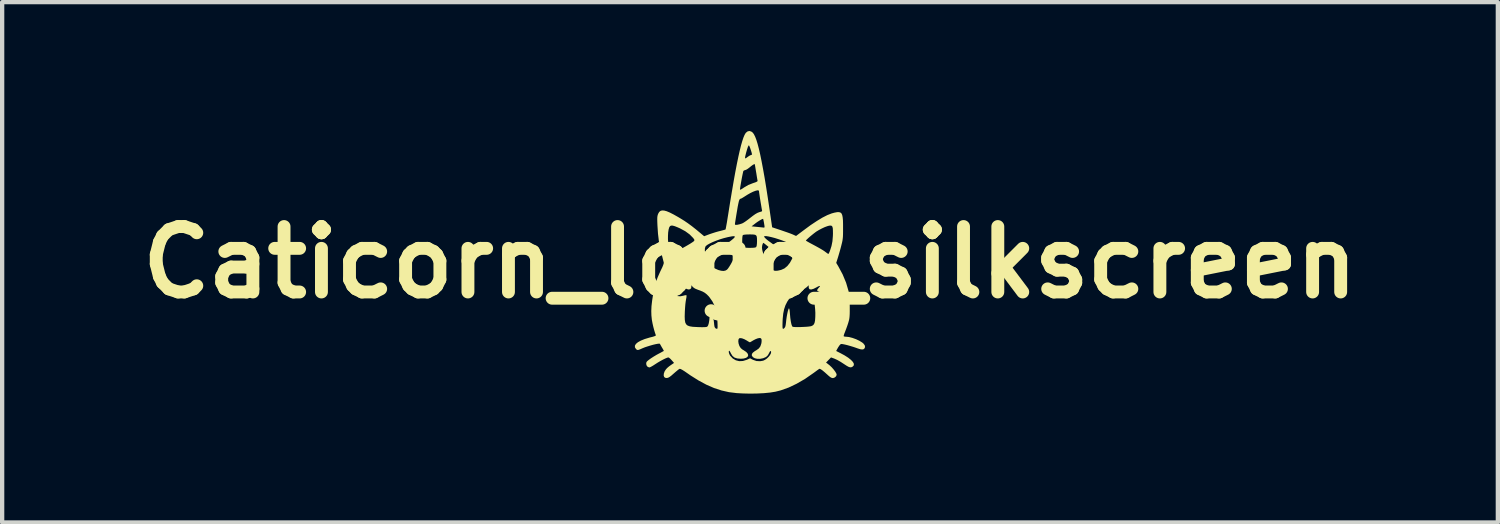
<source format=kicad_pcb>
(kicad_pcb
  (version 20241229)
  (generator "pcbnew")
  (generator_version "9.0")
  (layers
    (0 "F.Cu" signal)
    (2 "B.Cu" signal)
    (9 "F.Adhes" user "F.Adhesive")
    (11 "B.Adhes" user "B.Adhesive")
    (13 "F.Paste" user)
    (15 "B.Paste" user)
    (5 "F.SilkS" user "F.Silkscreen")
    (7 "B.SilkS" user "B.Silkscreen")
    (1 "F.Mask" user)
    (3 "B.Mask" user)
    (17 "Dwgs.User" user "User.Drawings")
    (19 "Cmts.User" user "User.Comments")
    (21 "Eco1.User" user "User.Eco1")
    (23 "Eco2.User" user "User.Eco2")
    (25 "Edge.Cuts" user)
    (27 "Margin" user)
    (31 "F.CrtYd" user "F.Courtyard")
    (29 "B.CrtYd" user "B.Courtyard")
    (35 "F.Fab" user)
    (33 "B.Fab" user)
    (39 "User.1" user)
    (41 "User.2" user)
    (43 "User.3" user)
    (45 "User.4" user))
  (footprint "Caticorn_logo_silkscreen"
    (layer "F.Cu")
    (at 14.413 3.059)
    (property "Reference" "Caticorn_logo_silkscreen" (at 0 0 0) (layer "F.SilkS") (effects (font (size 1.524 1.524) (thickness 0.3))))
    (attr board_only exclude_from_pos_files exclude_from_bom)
    (fp_poly (pts (xy 0.037 -3.042) (xy 0.066 -3.018) (xy 0.092 -2.981) (xy 0.12 -2.925) (xy 0.148 -2.851) (xy 0.177 -2.757) (xy 0.207 -2.642) (xy 0.238 -2.507) (xy 0.27 -2.35) (xy 0.304 -2.17) (xy 0.34 -1.968) (xy 0.377 -1.742) (xy 0.416 -1.491) (xy 0.457 -1.215) (xy 0.466 -1.153) (xy 0.515 -0.817) (xy 0.723 -0.748) (xy 0.798 -0.722) (xy 0.871 -0.697) (xy 0.934 -0.674) (xy 0.983 -0.655) (xy 1.001 -0.647) (xy 1.072 -0.615) (xy 1.249 -0.748) (xy 1.409 -0.866) (xy 1.555 -0.963) (xy 1.685 -1.042) (xy 1.801 -1.101) (xy 1.904 -1.141) (xy 1.972 -1.159) (xy 2.027 -1.169) (xy 2.071 -1.17) (xy 2.104 -1.161) (xy 2.129 -1.14) (xy 2.146 -1.103) (xy 2.157 -1.049) (xy 2.164 -0.976) (xy 2.166 -0.88) (xy 2.166 -0.807) (xy 2.166 -0.718) (xy 2.165 -0.649) (xy 2.163 -0.594) (xy 2.158 -0.548) (xy 2.152 -0.505) (xy 2.142 -0.458) (xy 2.128 -0.403) (xy 2.125 -0.39) (xy 2.105 -0.314) (xy 2.082 -0.233) (xy 2.06 -0.157) (xy 2.045 -0.108) (xy 2.007 0.012) (xy 2.052 0.086) (xy 2.156 0.279) (xy 2.237 0.474) (xy 2.294 0.669) (xy 2.298 0.69) (xy 2.308 0.741) (xy 2.314 0.796) (xy 2.319 0.861) (xy 2.321 0.94) (xy 2.322 1.04) (xy 2.322 1.047) (xy 2.322 1.135) (xy 2.321 1.202) (xy 2.318 1.254) (xy 2.314 1.295) (xy 2.308 1.332) (xy 2.298 1.369) (xy 2.286 1.412) (xy 2.286 1.412) (xy 2.264 1.478) (xy 2.239 1.547) (xy 2.216 1.607) (xy 2.212 1.619) (xy 2.194 1.663) (xy 2.183 1.699) (xy 2.18 1.718) (xy 2.181 1.72) (xy 2.197 1.727) (xy 2.229 1.731) (xy 2.236 1.731) (xy 2.305 1.738) (xy 2.386 1.759) (xy 2.469 1.789) (xy 2.547 1.826) (xy 2.612 1.866) (xy 2.642 1.891) (xy 2.672 1.932) (xy 2.679 1.972) (xy 2.662 2.007) (xy 2.66 2.009) (xy 2.639 2.024) (xy 2.611 2.028) (xy 2.571 2.023) (xy 2.515 2.006) (xy 2.47 1.99) (xy 2.406 1.968) (xy 2.336 1.947) (xy 2.266 1.927) (xy 2.203 1.912) (xy 2.152 1.902) (xy 2.126 1.9) (xy 2.105 1.908) (xy 2.081 1.935) (xy 2.051 1.98) (xy 2.029 2.019) (xy 2.013 2.049) (xy 2.007 2.063) (xy 2.007 2.063) (xy 2.019 2.07) (xy 2.049 2.085) (xy 2.09 2.106) (xy 2.095 2.108) (xy 2.201 2.165) (xy 2.287 2.22) (xy 2.352 2.272) (xy 2.396 2.319) (xy 2.418 2.361) (xy 2.416 2.398) (xy 2.391 2.426) (xy 2.363 2.441) (xy 2.332 2.444) (xy 2.296 2.433) (xy 2.249 2.407) (xy 2.203 2.377) (xy 2.111 2.317) (xy 2.032 2.272) (xy 1.959 2.239) (xy 1.936 2.231) (xy 1.886 2.213) (xy 1.828 2.273) (xy 1.77 2.333) (xy 1.799 2.354) (xy 1.852 2.396) (xy 1.904 2.445) (xy 1.95 2.498) (xy 1.987 2.548) (xy 2.011 2.591) (xy 2.017 2.618) (xy 2.005 2.65) (xy 1.976 2.678) (xy 1.938 2.693) (xy 1.925 2.694) (xy 1.899 2.688) (xy 1.867 2.671) (xy 1.827 2.638) (xy 1.805 2.618) (xy 1.737 2.557) (xy 1.685 2.514) (xy 1.647 2.488) (xy 1.621 2.478) (xy 1.611 2.48) (xy 1.594 2.492) (xy 1.561 2.515) (xy 1.518 2.547) (xy 1.477 2.577) (xy 1.279 2.714) (xy 1.085 2.826) (xy 0.898 2.915) (xy 0.716 2.98) (xy 0.592 3.011) (xy 0.469 3.031) (xy 0.326 3.045) (xy 0.169 3.053) (xy 0.004 3.056) (xy -0.164 3.052) (xy -0.309 3.044) (xy -0.489 3.022) (xy -0.665 2.982) (xy -0.839 2.925) (xy -1.016 2.848) (xy -1.198 2.75) (xy -1.387 2.631) (xy -1.456 2.583) (xy -1.527 2.534) (xy -1.58 2.501) (xy -1.616 2.483) (xy -1.638 2.478) (xy -1.64 2.479) (xy -1.659 2.49) (xy -1.692 2.516) (xy -1.734 2.551) (xy -1.772 2.584) (xy -1.829 2.634) (xy -1.872 2.667) (xy -1.907 2.686) (xy -1.937 2.692) (xy -1.967 2.689) (xy -1.97 2.689) (xy -1.998 2.67) (xy -2.01 2.636) (xy -2.007 2.591) (xy -1.989 2.539) (xy -1.958 2.491) (xy -1.93 2.46) (xy -1.888 2.424) (xy -1.847 2.394) (xy -1.769 2.341) (xy -1.825 2.277) (xy -1.856 2.244) (xy -1.884 2.221) (xy -1.9 2.213) (xy -1.927 2.219) (xy -1.971 2.237) (xy -2.026 2.264) (xy -2.087 2.297) (xy -2.15 2.334) (xy -2.209 2.372) (xy -2.212 2.374) (xy -2.26 2.405) (xy -2.302 2.429) (xy -2.333 2.444) (xy -2.343 2.446) (xy -2.38 2.435) (xy -2.406 2.405) (xy -2.418 2.365) (xy -2.412 2.323) (xy -2.395 2.302) (xy -2.359 2.272) (xy -2.308 2.235) (xy -2.246 2.195) (xy -2.176 2.153) (xy -2.128 2.127) (xy -2.078 2.101) (xy -2.039 2.079) (xy -2.014 2.066) (xy -0.494 2.066) (xy -0.494 2.093) (xy -0.485 2.128) (xy -0.468 2.164) (xy -0.46 2.176) (xy -0.402 2.238) (xy -0.331 2.28) (xy -0.251 2.3) (xy -0.165 2.296) (xy -0.077 2.269) (xy -0.076 2.269) (xy 0.001 2.234) (xy 0.069 2.269) (xy 0.151 2.297) (xy 0.237 2.301) (xy 0.306 2.289) (xy 0.349 2.269) (xy 0.393 2.238) (xy 0.433 2.199) (xy 0.465 2.158) (xy 0.486 2.118) (xy 0.492 2.085) (xy 0.484 2.066) (xy 0.471 2.065) (xy 0.456 2.087) (xy 0.449 2.103) (xy 0.416 2.162) (xy 0.373 2.203) (xy 0.311 2.23) (xy 0.301 2.233) (xy 0.232 2.246) (xy 0.167 2.245) (xy 0.111 2.232) (xy 0.068 2.207) (xy 0.044 2.173) (xy 0.041 2.161) (xy 0.045 2.131) (xy 0.067 2.101) (xy 0.111 2.067) (xy 0.15 2.044) (xy 0.205 2.004) (xy 0.241 1.955) (xy 0.263 1.89) (xy 0.269 1.851) (xy 0.27 1.8) (xy 0.257 1.77) (xy 0.229 1.76) (xy 0.182 1.768) (xy 0.179 1.769) (xy 0.134 1.786) (xy 0.084 1.811) (xy 0.064 1.823) (xy 0.029 1.844) (xy 0.004 1.858) (xy -0.004 1.861) (xy -0.019 1.854) (xy -0.048 1.838) (xy -0.074 1.821) (xy -0.134 1.788) (xy -0.188 1.768) (xy -0.23 1.763) (xy -0.255 1.77) (xy -0.269 1.797) (xy -0.273 1.84) (xy -0.266 1.891) (xy -0.249 1.942) (xy -0.244 1.952) (xy -0.216 1.996) (xy -0.177 2.029) (xy -0.146 2.047) (xy -0.087 2.087) (xy -0.053 2.127) (xy -0.043 2.164) (xy -0.056 2.197) (xy -0.092 2.223) (xy -0.149 2.239) (xy -0.215 2.244) (xy -0.297 2.237) (xy -0.36 2.217) (xy -0.407 2.18) (xy -0.442 2.125) (xy -0.444 2.121) (xy -0.462 2.085) (xy -0.477 2.062) (xy -0.484 2.056) (xy -0.494 2.066) (xy -2.014 2.066) (xy -2.013 2.066) (xy -2.007 2.062) (xy -2.011 2.051) (xy -2.026 2.023) (xy -2.048 1.985) (xy -2.049 1.985) (xy -2.072 1.944) (xy -2.09 1.912) (xy -2.099 1.895) (xy -2.113 1.892) (xy -2.147 1.895) (xy -2.196 1.904) (xy -2.255 1.918) (xy -2.319 1.936) (xy -2.384 1.956) (xy -2.445 1.976) (xy -2.497 1.997) (xy -2.5 1.998) (xy -2.554 2.022) (xy -2.591 2.036) (xy -2.615 2.04) (xy -2.632 2.036) (xy -2.649 2.023) (xy -2.655 2.017) (xy -2.68 1.978) (xy -2.68 1.938) (xy -2.656 1.898) (xy -2.61 1.859) (xy -2.541 1.821) (xy -2.452 1.785) (xy -2.343 1.752) (xy -2.321 1.746) (xy -2.26 1.731) (xy -2.221 1.718) (xy -2.199 1.708) (xy -2.193 1.698) (xy -2.194 1.692) (xy -2.211 1.645) (xy -2.231 1.579) (xy -2.251 1.504) (xy -2.269 1.425) (xy -2.283 1.352) (xy -2.286 1.334) (xy -2.296 1.236) (xy -2.299 1.133) (xy -2.294 1.018) (xy -2.279 0.889) (xy -2.257 0.746) (xy -2.251 0.715) (xy -1.796 0.715) (xy -1.786 0.727) (xy -1.763 0.748) (xy -1.755 0.754) (xy -1.694 0.784) (xy -1.623 0.79) (xy -1.553 0.776) (xy -1.516 0.766) (xy -1.488 0.763) (xy -1.481 0.765) (xy -1.478 0.782) (xy -1.481 0.817) (xy -1.49 0.863) (xy -1.49 0.866) (xy -1.498 0.912) (xy -1.506 0.977) (xy -1.512 1.052) (xy -1.517 1.132) (xy -1.518 1.158) (xy -1.521 1.26) (xy -1.518 1.34) (xy -1.508 1.4) (xy -1.487 1.442) (xy -1.453 1.471) (xy -1.403 1.489) (xy -1.335 1.5) (xy -1.244 1.505) (xy -1.2 1.507) (xy -1.119 1.509) (xy -1.06 1.508) (xy -1.022 1.505) (xy -1 1.499) (xy -0.996 1.497) (xy -0.976 1.468) (xy -0.96 1.417) (xy -0.948 1.344) (xy -0.94 1.246) (xy -0.938 1.223) (xy -0.934 1.157) (xy -0.93 1.113) (xy -0.924 1.087) (xy -0.917 1.075) (xy -0.911 1.074) (xy -0.901 1.08) (xy -0.892 1.102) (xy -0.881 1.142) (xy -0.869 1.203) (xy -0.863 1.236) (xy -0.852 1.304) (xy -0.843 1.368) (xy -0.837 1.422) (xy -0.834 1.456) (xy -0.825 1.506) (xy -0.801 1.538) (xy -0.769 1.548) (xy -0.762 1.544) (xy -0.757 1.53) (xy -0.755 1.501) (xy -0.756 1.455) (xy -0.756 1.446) (xy 0.756 1.446) (xy 0.756 1.5) (xy 0.759 1.533) (xy 0.767 1.547) (xy 0.78 1.546) (xy 0.798 1.531) (xy 0.805 1.524) (xy 0.82 1.5) (xy 0.83 1.459) (xy 0.838 1.398) (xy 0.845 1.331) (xy 0.855 1.262) (xy 0.867 1.197) (xy 0.879 1.141) (xy 0.892 1.098) (xy 0.902 1.074) (xy 0.906 1.071) (xy 0.914 1.08) (xy 0.922 1.115) (xy 0.928 1.174) (xy 0.93 1.204) (xy 0.938 1.296) (xy 0.95 1.375) (xy 0.963 1.438) (xy 0.978 1.481) (xy 0.991 1.499) (xy 1.011 1.503) (xy 1.052 1.506) (xy 1.107 1.507) (xy 1.171 1.506) (xy 1.239 1.503) (xy 1.304 1.5) (xy 1.361 1.495) (xy 1.405 1.489) (xy 1.427 1.484) (xy 1.462 1.467) (xy 1.487 1.442) (xy 1.503 1.406) (xy 1.514 1.353) (xy 1.519 1.28) (xy 1.52 1.256) (xy 1.521 1.174) (xy 1.516 1.087) (xy 1.506 0.991) (xy 1.489 0.879) (xy 1.474 0.79) (xy 1.472 0.767) (xy 1.479 0.757) (xy 1.501 0.759) (xy 1.542 0.772) (xy 1.548 0.774) (xy 1.625 0.791) (xy 1.692 0.785) (xy 1.749 0.755) (xy 1.774 0.731) (xy 1.786 0.717) (xy 1.785 0.709) (xy 1.768 0.706) (xy 1.73 0.705) (xy 1.72 0.705) (xy 1.666 0.701) (xy 1.618 0.689) (xy 1.581 0.673) (xy 1.563 0.653) (xy 1.561 0.648) (xy 1.57 0.63) (xy 1.591 0.602) (xy 1.603 0.589) (xy 1.626 0.562) (xy 1.628 0.549) (xy 1.611 0.55) (xy 1.574 0.566) (xy 1.548 0.581) (xy 1.479 0.616) (xy 1.426 0.631) (xy 1.389 0.627) (xy 1.37 0.603) (xy 1.366 0.577) (xy 1.366 0.533) (xy 1.323 0.575) (xy 1.269 0.614) (xy 1.192 0.647) (xy 1.189 0.647) (xy 1.091 0.687) (xy 1.012 0.737) (xy 0.945 0.803) (xy 0.925 0.829) (xy 0.868 0.913) (xy 0.825 0.998) (xy 0.794 1.09) (xy 0.773 1.193) (xy 0.761 1.314) (xy 0.758 1.37) (xy 0.756 1.446) (xy -0.756 1.446) (xy -0.758 1.386) (xy -0.759 1.376) (xy -0.764 1.303) (xy -0.77 1.23) (xy -0.778 1.168) (xy -0.787 1.122) (xy -0.787 1.122) (xy -0.823 1.014) (xy -0.878 0.906) (xy -0.945 0.811) (xy -0.964 0.788) (xy -1.009 0.743) (xy -1.052 0.709) (xy -1.101 0.681) (xy -1.164 0.655) (xy -1.213 0.638) (xy -1.283 0.609) (xy -1.329 0.576) (xy -1.333 0.571) (xy -1.366 0.532) (xy -1.366 0.572) (xy -1.372 0.604) (xy -1.393 0.622) (xy -1.402 0.626) (xy -1.424 0.631) (xy -1.448 0.628) (xy -1.481 0.616) (xy -1.526 0.593) (xy -1.582 0.565) (xy -1.617 0.551) (xy -1.631 0.55) (xy -1.626 0.564) (xy -1.603 0.589) (xy -1.578 0.618) (xy -1.563 0.641) (xy -1.561 0.648) (xy -1.573 0.667) (xy -1.605 0.685) (xy -1.651 0.698) (xy -1.704 0.705) (xy -1.719 0.705) (xy -1.76 0.707) (xy -1.788 0.71) (xy -1.796 0.715) (xy -2.251 0.715) (xy -2.229 0.6) (xy -2.194 0.47) (xy -2.15 0.347) (xy -2.094 0.221) (xy -2.075 0.181) (xy -2.042 0.113) (xy -2.02 0.058) (xy -2.009 0.021) (xy -2.008 0.008) (xy -2.013 -0.014) (xy -2.024 -0.056) (xy -2.038 -0.113) (xy -2.055 -0.178) (xy -2.061 -0.202) (xy -2.098 -0.362) (xy -2.125 -0.515) (xy -2.128 -0.544) (xy -1.911 -0.544) (xy -1.906 -0.472) (xy -1.896 -0.413) (xy -1.896 -0.41) (xy -1.877 -0.347) (xy -1.856 -0.289) (xy -1.834 -0.241) (xy -1.814 -0.206) (xy -1.798 -0.19) (xy -1.792 -0.191) (xy -1.773 -0.204) (xy -1.741 -0.226) (xy -1.724 -0.238) (xy -1.694 -0.258) (xy -1.671 -0.272) (xy -1.052 -0.272) (xy -1.041 -0.202) (xy -1.018 -0.127) (xy -0.985 -0.05) (xy -0.952 0.009) (xy -0.892 0.085) (xy -0.822 0.14) (xy -0.737 0.178) (xy -0.671 0.195) (xy -0.615 0.2) (xy -0.57 0.19) (xy -0.538 0.171) (xy -0.514 0.145) (xy -0.483 0.1) (xy -0.447 0.041) (xy -0.409 -0.03) (xy -0.372 -0.106) (xy -0.353 -0.146) (xy -0.328 -0.206) (xy -0.314 -0.254) (xy -0.307 -0.299) (xy -0.306 -0.341) (xy -0.308 -0.399) (xy -0.315 -0.433) (xy -0.331 -0.443) (xy -0.358 -0.433) (xy -0.4 -0.401) (xy -0.416 -0.388) (xy -0.495 -0.322) (xy -0.559 -0.275) (xy -0.608 -0.246) (xy -0.644 -0.234) (xy -0.668 -0.239) (xy -0.683 -0.259) (xy -0.683 -0.261) (xy -0.686 -0.283) (xy -0.677 -0.307) (xy -0.655 -0.336) (xy -0.617 -0.371) (xy -0.562 -0.417) (xy -0.501 -0.463) (xy -0.46 -0.494) (xy -0.182 -0.494) (xy -0.18 -0.426) (xy -0.175 -0.379) (xy -0.167 -0.355) (xy -0.167 -0.354) (xy -0.144 -0.346) (xy -0.097 -0.341) (xy -0.027 -0.338) (xy -0.012 -0.338) (xy 0.053 -0.339) (xy 0.097 -0.342) (xy 0.124 -0.347) (xy 0.136 -0.353) (xy 0.278 -0.353) (xy 0.282 -0.302) (xy 0.297 -0.241) (xy 0.325 -0.167) (xy 0.362 -0.085) (xy 0.409 0.01) (xy 0.449 0.083) (xy 0.484 0.136) (xy 0.519 0.171) (xy 0.556 0.191) (xy 0.597 0.197) (xy 0.647 0.193) (xy 0.708 0.179) (xy 0.727 0.174) (xy 0.801 0.141) (xy 0.869 0.085) (xy 0.929 0.009) (xy 0.98 -0.084) (xy 1.018 -0.19) (xy 1.022 -0.207) (xy 1.034 -0.259) (xy 1.037 -0.298) (xy 1.031 -0.332) (xy 1.028 -0.342) (xy 1.02 -0.365) (xy 1.009 -0.383) (xy 0.989 -0.4) (xy 0.957 -0.418) (xy 0.907 -0.443) (xy 0.881 -0.456) (xy 0.813 -0.486) (xy 0.755 -0.508) (xy 1.301 -0.508) (xy 1.312 -0.499) (xy 1.342 -0.481) (xy 1.388 -0.455) (xy 1.446 -0.424) (xy 1.493 -0.399) (xy 1.563 -0.361) (xy 1.631 -0.323) (xy 1.69 -0.288) (xy 1.734 -0.259) (xy 1.75 -0.247) (xy 1.785 -0.221) (xy 1.812 -0.202) (xy 1.824 -0.196) (xy 1.833 -0.207) (xy 1.847 -0.235) (xy 1.861 -0.269) (xy 1.897 -0.381) (xy 1.919 -0.492) (xy 1.929 -0.612) (xy 1.931 -0.665) (xy 1.93 -0.741) (xy 1.927 -0.795) (xy 1.918 -0.83) (xy 1.903 -0.85) (xy 1.879 -0.857) (xy 1.846 -0.855) (xy 1.844 -0.855) (xy 1.8 -0.843) (xy 1.74 -0.821) (xy 1.674 -0.79) (xy 1.607 -0.755) (xy 1.547 -0.719) (xy 1.53 -0.707) (xy 1.489 -0.676) (xy 1.443 -0.639) (xy 1.397 -0.601) (xy 1.356 -0.565) (xy 1.323 -0.534) (xy 1.304 -0.514) (xy 1.301 -0.508) (xy 0.755 -0.508) (xy 0.737 -0.515) (xy 0.657 -0.542) (xy 0.578 -0.567) (xy 0.502 -0.587) (xy 0.436 -0.602) (xy 0.382 -0.611) (xy 0.345 -0.612) (xy 0.33 -0.608) (xy 0.331 -0.592) (xy 0.352 -0.566) (xy 0.389 -0.532) (xy 0.44 -0.492) (xy 0.462 -0.477) (xy 0.537 -0.422) (xy 0.596 -0.371) (xy 0.638 -0.326) (xy 0.661 -0.287) (xy 0.664 -0.258) (xy 0.646 -0.24) (xy 0.644 -0.239) (xy 0.621 -0.235) (xy 0.593 -0.242) (xy 0.558 -0.261) (xy 0.511 -0.294) (xy 0.45 -0.344) (xy 0.442 -0.351) (xy 0.394 -0.39) (xy 0.354 -0.423) (xy 0.324 -0.446) (xy 0.31 -0.455) (xy 0.31 -0.455) (xy 0.301 -0.444) (xy 0.29 -0.416) (xy 0.285 -0.4) (xy 0.278 -0.353) (xy 0.136 -0.353) (xy 0.14 -0.355) (xy 0.145 -0.36) (xy 0.155 -0.387) (xy 0.161 -0.437) (xy 0.163 -0.494) (xy 0.162 -0.557) (xy 0.157 -0.6) (xy 0.143 -0.628) (xy 0.117 -0.643) (xy 0.075 -0.649) (xy 0.011 -0.651) (xy -0.012 -0.651) (xy -0.086 -0.649) (xy -0.138 -0.644) (xy -0.164 -0.637) (xy -0.167 -0.635) (xy -0.175 -0.613) (xy -0.18 -0.567) (xy -0.182 -0.5) (xy -0.182 -0.494) (xy -0.46 -0.494) (xy -0.431 -0.517) (xy -0.383 -0.557) (xy -0.357 -0.586) (xy -0.354 -0.603) (xy -0.374 -0.61) (xy -0.416 -0.607) (xy -0.481 -0.595) (xy -0.52 -0.587) (xy -0.611 -0.564) (xy -0.703 -0.536) (xy -0.792 -0.504) (xy -0.873 -0.471) (xy -0.943 -0.437) (xy -0.997 -0.406) (xy -1.031 -0.378) (xy -1.035 -0.373) (xy -1.05 -0.33) (xy -1.052 -0.272) (xy -1.671 -0.272) (xy -1.647 -0.287) (xy -1.588 -0.322) (xy -1.524 -0.359) (xy -1.502 -0.371) (xy -1.44 -0.407) (xy -1.385 -0.44) (xy -1.342 -0.468) (xy -1.314 -0.488) (xy -1.309 -0.493) (xy -1.296 -0.51) (xy -1.295 -0.524) (xy -1.307 -0.545) (xy -1.327 -0.571) (xy -1.406 -0.651) (xy -1.507 -0.725) (xy -1.631 -0.792) (xy -1.681 -0.814) (xy -1.75 -0.842) (xy -1.8 -0.856) (xy -1.836 -0.857) (xy -1.861 -0.845) (xy -1.879 -0.819) (xy -1.883 -0.81) (xy -1.896 -0.763) (xy -1.906 -0.697) (xy -1.91 -0.622) (xy -1.911 -0.544) (xy -2.128 -0.544) (xy -2.143 -0.67) (xy -2.154 -0.838) (xy -2.156 -0.87) (xy -2.159 -0.949) (xy -2.16 -1.006) (xy -2.159 -1.048) (xy -2.155 -1.079) (xy -2.149 -1.104) (xy -2.14 -1.129) (xy -2.137 -1.135) (xy -2.115 -1.173) (xy -2.086 -1.198) (xy -2.049 -1.209) (xy -2.001 -1.207) (xy -1.941 -1.191) (xy -1.867 -1.16) (xy -1.777 -1.114) (xy -1.669 -1.053) (xy -1.614 -1.02) (xy -1.53 -0.968) (xy -1.445 -0.91) (xy -1.354 -0.843) (xy -1.254 -0.764) (xy -1.14 -0.669) (xy -1.128 -0.659) (xy -1.068 -0.609) (xy -0.947 -0.655) (xy -0.876 -0.679) (xy -0.794 -0.705) (xy -0.718 -0.726) (xy -0.703 -0.729) (xy -0.649 -0.743) (xy -0.605 -0.755) (xy -0.577 -0.763) (xy -0.571 -0.767) (xy -0.566 -0.781) (xy -0.559 -0.818) (xy -0.555 -0.839) (xy 0.036 -0.839) (xy 0.177 -0.825) (xy 0.236 -0.819) (xy 0.284 -0.814) (xy 0.317 -0.81) (xy 0.329 -0.809) (xy 0.337 -0.818) (xy 0.338 -0.831) (xy 0.336 -0.853) (xy 0.33 -0.89) (xy 0.323 -0.933) (xy 0.315 -0.973) (xy 0.308 -1.003) (xy 0.305 -1.013) (xy 0.291 -1.011) (xy 0.262 -0.997) (xy 0.222 -0.974) (xy 0.176 -0.945) (xy 0.131 -0.913) (xy 0.115 -0.9) (xy 0.036 -0.839) (xy -0.555 -0.839) (xy -0.549 -0.873) (xy -0.546 -0.888) (xy -0.351 -0.888) (xy -0.347 -0.876) (xy -0.328 -0.873) (xy -0.292 -0.876) (xy -0.24 -0.888) (xy -0.187 -0.905) (xy -0.178 -0.909) (xy -0.145 -0.927) (xy -0.1 -0.957) (xy -0.048 -0.995) (xy -0.007 -1.027) (xy 0.065 -1.083) (xy 0.123 -1.124) (xy 0.172 -1.152) (xy 0.215 -1.169) (xy 0.244 -1.177) (xy 0.274 -1.187) (xy 0.282 -1.202) (xy 0.28 -1.208) (xy 0.276 -1.228) (xy 0.269 -1.268) (xy 0.26 -1.323) (xy 0.249 -1.387) (xy 0.238 -1.455) (xy 0.228 -1.521) (xy 0.219 -1.581) (xy 0.212 -1.628) (xy 0.209 -1.657) (xy 0.208 -1.662) (xy 0.198 -1.676) (xy 0.169 -1.677) (xy 0.126 -1.666) (xy 0.071 -1.645) (xy 0.008 -1.614) (xy -0.059 -1.576) (xy -0.094 -1.554) (xy -0.141 -1.524) (xy -0.18 -1.5) (xy -0.206 -1.486) (xy -0.214 -1.483) (xy -0.228 -1.48) (xy -0.24 -1.47) (xy -0.251 -1.449) (xy -0.262 -1.415) (xy -0.273 -1.364) (xy -0.287 -1.295) (xy -0.302 -1.202) (xy -0.305 -1.186) (xy -0.319 -1.103) (xy -0.331 -1.028) (xy -0.341 -0.965) (xy -0.348 -0.919) (xy -0.351 -0.892) (xy -0.351 -0.888) (xy -0.546 -0.888) (xy -0.536 -0.944) (xy -0.523 -1.027) (xy -0.508 -1.119) (xy -0.508 -1.119) (xy -0.463 -1.403) (xy -0.42 -1.662) (xy -0.413 -1.699) (xy -0.234 -1.699) (xy -0.229 -1.692) (xy -0.212 -1.697) (xy -0.179 -1.717) (xy -0.131 -1.749) (xy -0.042 -1.801) (xy 0.064 -1.843) (xy 0.066 -1.844) (xy 0.124 -1.863) (xy 0.159 -1.879) (xy 0.175 -1.891) (xy 0.176 -1.9) (xy 0.172 -1.919) (xy 0.165 -1.959) (xy 0.156 -2.014) (xy 0.146 -2.079) (xy 0.142 -2.101) (xy 0.131 -2.167) (xy 0.122 -2.223) (xy 0.115 -2.264) (xy 0.11 -2.286) (xy 0.11 -2.288) (xy 0.096 -2.286) (xy 0.067 -2.271) (xy 0.03 -2.244) (xy -0.012 -2.21) (xy -0.013 -2.209) (xy -0.051 -2.18) (xy -0.087 -2.158) (xy -0.107 -2.151) (xy -0.137 -2.141) (xy -0.154 -2.129) (xy -0.159 -2.114) (xy -0.167 -2.078) (xy -0.178 -2.027) (xy -0.19 -1.966) (xy -0.202 -1.901) (xy -0.213 -1.837) (xy -0.223 -1.779) (xy -0.23 -1.733) (xy -0.234 -1.704) (xy -0.234 -1.699) (xy -0.413 -1.699) (xy -0.38 -1.896) (xy -0.342 -2.106) (xy -0.306 -2.293) (xy -0.276 -2.437) (xy -0.116 -2.437) (xy -0.112 -2.422) (xy -0.097 -2.425) (xy -0.07 -2.444) (xy -0.058 -2.453) (xy -0.022 -2.478) (xy 0.007 -2.494) (xy 0.02 -2.498) (xy 0.041 -2.506) (xy 0.045 -2.51) (xy 0.044 -2.527) (xy 0.036 -2.56) (xy 0.023 -2.603) (xy 0.008 -2.649) (xy -0.007 -2.689) (xy -0.02 -2.717) (xy -0.025 -2.724) (xy -0.035 -2.719) (xy -0.049 -2.69) (xy -0.067 -2.637) (xy -0.089 -2.561) (xy -0.097 -2.529) (xy -0.111 -2.472) (xy -0.116 -2.437) (xy -0.276 -2.437) (xy -0.272 -2.458) (xy -0.24 -2.6) (xy -0.21 -2.722) (xy -0.181 -2.823) (xy -0.154 -2.904) (xy -0.128 -2.966) (xy -0.103 -3.009) (xy -0.095 -3.019) (xy -0.054 -3.051) (xy -0.009 -3.059)) (stroke (width 0) (type solid)) (fill yes) (layer "F.SilkS")))
  (gr_rect
    (start -3 -3)
    (end 31.825 9.115)
    (stroke (width 0.1) (type default))
    (fill no)
    (layer "Edge.Cuts")))
</source>
